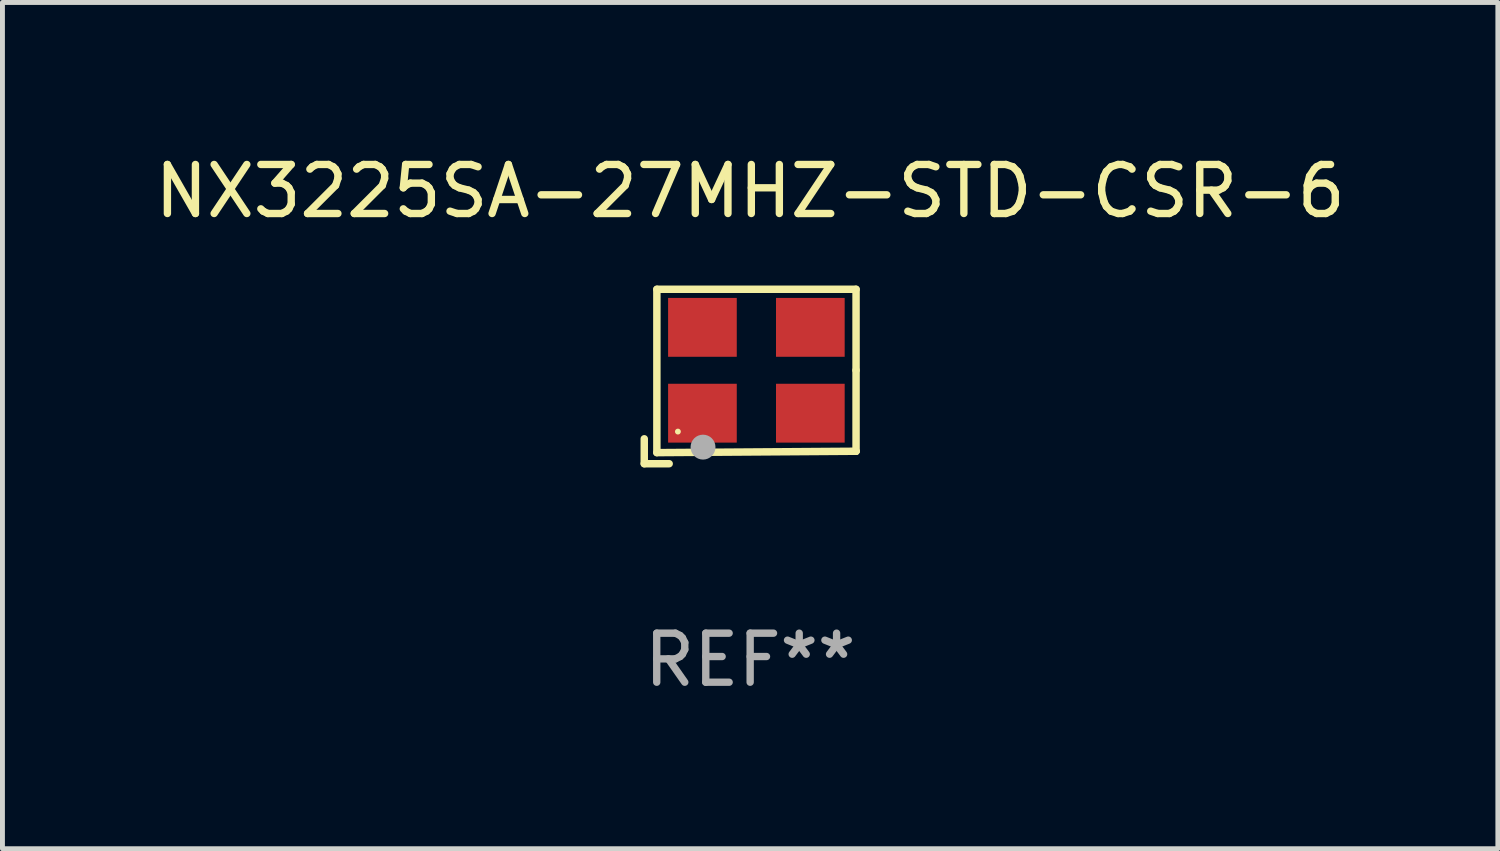
<source format=kicad_pcb>
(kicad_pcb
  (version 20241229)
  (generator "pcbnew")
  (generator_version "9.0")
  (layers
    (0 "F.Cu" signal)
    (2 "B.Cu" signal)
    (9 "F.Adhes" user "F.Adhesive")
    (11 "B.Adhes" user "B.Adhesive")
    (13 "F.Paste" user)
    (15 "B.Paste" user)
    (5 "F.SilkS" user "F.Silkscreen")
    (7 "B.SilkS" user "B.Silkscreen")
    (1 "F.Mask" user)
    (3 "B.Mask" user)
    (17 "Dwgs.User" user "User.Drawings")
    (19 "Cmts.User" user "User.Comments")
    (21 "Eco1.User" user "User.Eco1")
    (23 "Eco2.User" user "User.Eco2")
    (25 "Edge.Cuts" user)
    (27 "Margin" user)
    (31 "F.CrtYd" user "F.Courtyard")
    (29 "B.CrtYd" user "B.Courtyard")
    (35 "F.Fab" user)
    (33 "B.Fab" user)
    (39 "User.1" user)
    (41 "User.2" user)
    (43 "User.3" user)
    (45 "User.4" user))
  (footprint "NX3225SA-27MHZ-STD-CSR-6"
    (layer "F.Cu")
    (at 12.244 4.626)
    (property "Reference" "NX3225SA-27MHZ-STD-CSR-6" (at 0 -3.778 0) (layer "F.SilkS") (effects (font (size 1 1) (thickness 0.15))))
    (attr through_hole)
    (fp_line (start -2.159 1.27) (end -2.159 1.778) (stroke (width 0.152) (type solid)) (layer "F.SilkS"))
    (fp_line (start -2.159 1.778) (end -1.651 1.778) (stroke (width 0.152) (type solid)) (layer "F.SilkS"))
    (fp_line (start -1.902 -1.778) (end 2.159 -1.778) (stroke (width 0.152) (type solid)) (layer "F.SilkS"))
    (fp_line (start -1.902 1.552) (end -1.902 -1.778) (stroke (width 0.152) (type solid)) (layer "F.SilkS"))
    (fp_line (start 2.159 -1.778) (end 2.159 -0.127) (stroke (width 0.152) (type solid)) (layer "F.SilkS"))
    (fp_line (start 2.159 -0.127) (end 2.159 1.524) (stroke (width 0.152) (type solid)) (layer "F.SilkS"))
    (fp_line (start 2.159 1.524) (end -1.902 1.552) (stroke (width 0.152) (type solid)) (layer "F.SilkS"))
    (fp_line (start 2.159 1.524) (end 2.159 1.524) (stroke (width 0.152) (type solid)) (layer "F.SilkS"))
    (fp_circle (center -1.473 1.123) (end -1.443 1.123) (stroke (width 0.06) (type solid)) (fill no) (layer "F.SilkS"))
    (fp_circle (center -0.961 1.44) (end -0.834 1.44) (stroke (width 0.254) (type solid)) (fill no) (layer "F.Fab"))
    (fp_text user "REF**" (at 0 5.778 0) (layer "F.Fab") (effects (font (size 1 1) (thickness 0.15))))
    (pad "1" smd rect (at -0.973 0.748) (size 1.4 1.2) (layers "F.Cu" "F.Mask" "F.Paste"))
    (pad "2" smd rect (at 1.227 0.748) (size 1.4 1.2) (layers "F.Cu" "F.Mask" "F.Paste"))
    (pad "3" smd rect (at 1.227 -1.002) (size 1.4 1.2) (layers "F.Cu" "F.Mask" "F.Paste"))
    (pad "4" smd rect (at -0.973 -1.002) (size 1.4 1.2) (layers "F.Cu" "F.Mask" "F.Paste")))
  (gr_rect
    (start -3 -3)
    (end 27.488 14.253)
    (stroke (width 0.1) (type default))
    (fill no)
    (layer "Edge.Cuts")))
</source>
